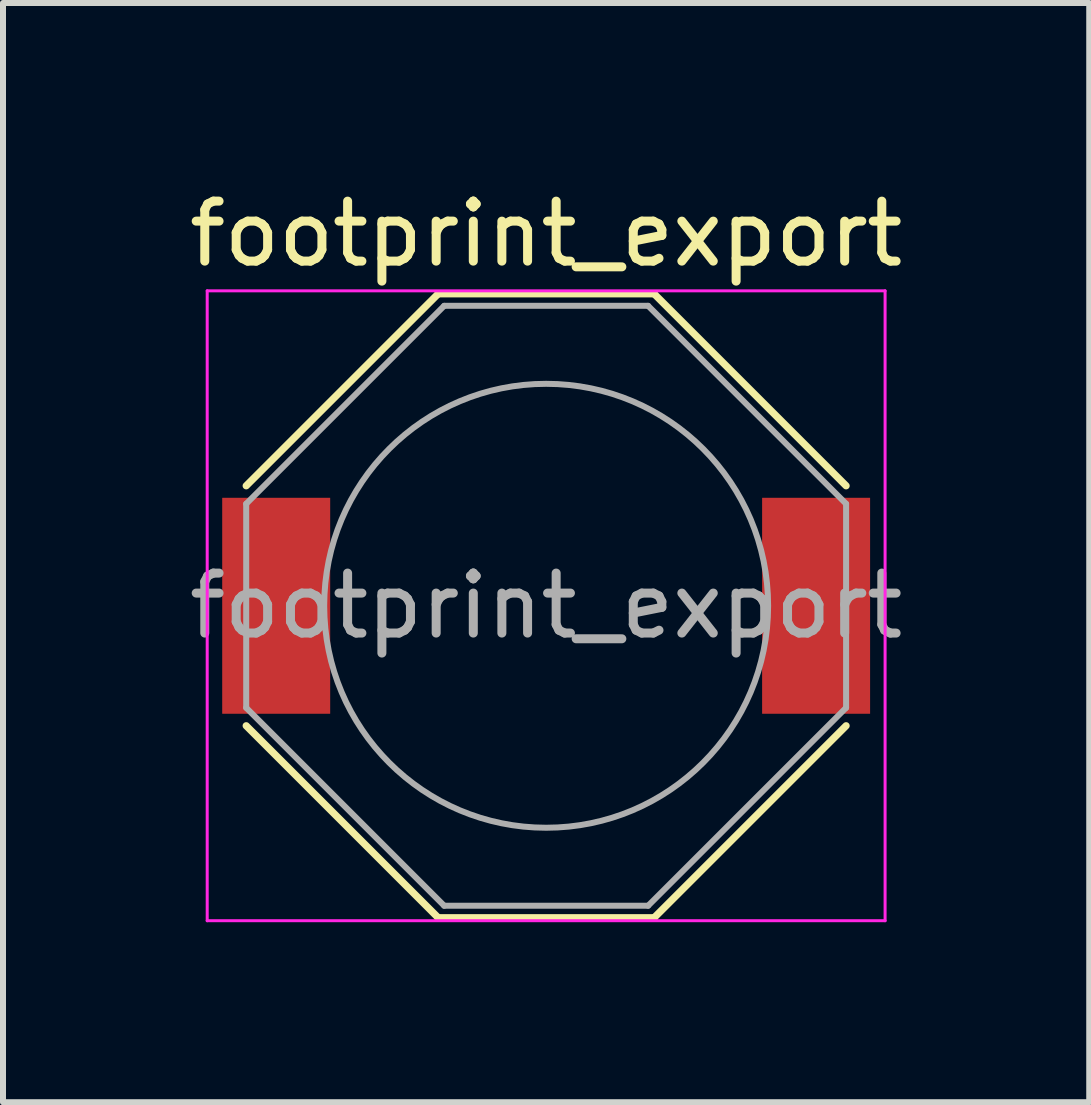
<source format=kicad_pcb>
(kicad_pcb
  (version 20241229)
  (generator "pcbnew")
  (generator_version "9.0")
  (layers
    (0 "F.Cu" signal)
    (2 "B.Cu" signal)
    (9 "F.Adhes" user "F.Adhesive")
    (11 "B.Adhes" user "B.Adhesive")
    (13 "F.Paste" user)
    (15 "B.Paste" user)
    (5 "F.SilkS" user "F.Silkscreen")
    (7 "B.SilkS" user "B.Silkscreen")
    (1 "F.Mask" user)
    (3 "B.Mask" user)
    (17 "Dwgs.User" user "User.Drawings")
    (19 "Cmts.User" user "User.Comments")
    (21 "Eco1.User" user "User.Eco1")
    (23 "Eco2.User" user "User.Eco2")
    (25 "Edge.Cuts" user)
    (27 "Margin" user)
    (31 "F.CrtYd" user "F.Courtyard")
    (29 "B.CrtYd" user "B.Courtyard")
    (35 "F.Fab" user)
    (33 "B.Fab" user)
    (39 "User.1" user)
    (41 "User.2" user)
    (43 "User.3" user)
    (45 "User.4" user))
  (footprint "footprint_export"
    (layer "F.Cu")
    (at 6.054 7.048)
    (property "Reference" "footprint_export" (at 0 -6.2 0) (layer "F.SilkS") (effects (font (size 1 1) (thickness 0.15))))
    (attr smd)
    (fp_line (start -1.8 -5.2) (end -5 -2) (stroke (width 0.12) (type solid)) (layer "F.SilkS"))
    (fp_line (start -1.8 -5.2) (end 1.8 -5.2) (stroke (width 0.12) (type solid)) (layer "F.SilkS"))
    (fp_line (start -1.8 5.2) (end -5 2) (stroke (width 0.12) (type solid)) (layer "F.SilkS"))
    (fp_line (start 1.8 -5.2) (end 5 -2) (stroke (width 0.12) (type solid)) (layer "F.SilkS"))
    (fp_line (start 1.8 5.2) (end -1.8 5.2) (stroke (width 0.12) (type solid)) (layer "F.SilkS"))
    (fp_line (start 1.8 5.2) (end 5 2) (stroke (width 0.12) (type solid)) (layer "F.SilkS"))
    (fp_line (start -5.65 -5.25) (end 5.65 -5.25) (stroke (width 0.05) (type solid)) (layer "F.CrtYd"))
    (fp_line (start -5.65 5.25) (end -5.65 -5.25) (stroke (width 0.05) (type solid)) (layer "F.CrtYd"))
    (fp_line (start 5.65 -5.25) (end 5.65 5.25) (stroke (width 0.05) (type solid)) (layer "F.CrtYd"))
    (fp_line (start 5.65 5.25) (end -5.65 5.25) (stroke (width 0.05) (type solid)) (layer "F.CrtYd"))
    (fp_line (start -5 -1.7) (end -1.7 -5) (stroke (width 0.1) (type solid)) (layer "F.Fab"))
    (fp_line (start -5 1.7) (end -5 -1.7) (stroke (width 0.1) (type solid)) (layer "F.Fab"))
    (fp_line (start -1.7 -5) (end 1.7 -5) (stroke (width 0.1) (type solid)) (layer "F.Fab"))
    (fp_line (start -1.7 5) (end -5 1.7) (stroke (width 0.1) (type solid)) (layer "F.Fab"))
    (fp_line (start 1.7 -5) (end 5 -1.7) (stroke (width 0.1) (type solid)) (layer "F.Fab"))
    (fp_line (start 1.7 5) (end -1.7 5) (stroke (width 0.1) (type solid)) (layer "F.Fab"))
    (fp_line (start 5 -1.7) (end 5 1.7) (stroke (width 0.1) (type solid)) (layer "F.Fab"))
    (fp_line (start 5 1.7) (end 1.7 5) (stroke (width 0.1) (type solid)) (layer "F.Fab"))
    (fp_circle (center 0 0) (end 3.7 0) (stroke (width 0.1) (type solid)) (fill no) (layer "F.Fab"))
    (fp_text user "${REFERENCE}" (at 0 0 0) (layer "F.Fab") (effects (font (size 1 1) (thickness 0.15))))
    (pad "1" smd rect (at -4.5 0) (size 1.8 3.6) (layers "F.Cu" "F.Mask" "F.Paste"))
    (pad "2" smd rect (at 4.5 0) (size 1.8 3.6) (layers "F.Cu" "F.Mask" "F.Paste")))
  (gr_rect
    (start -3 -3)
    (end 15.107 15.323)
    (stroke (width 0.1) (type default))
    (fill no)
    (layer "Edge.Cuts")))
</source>
